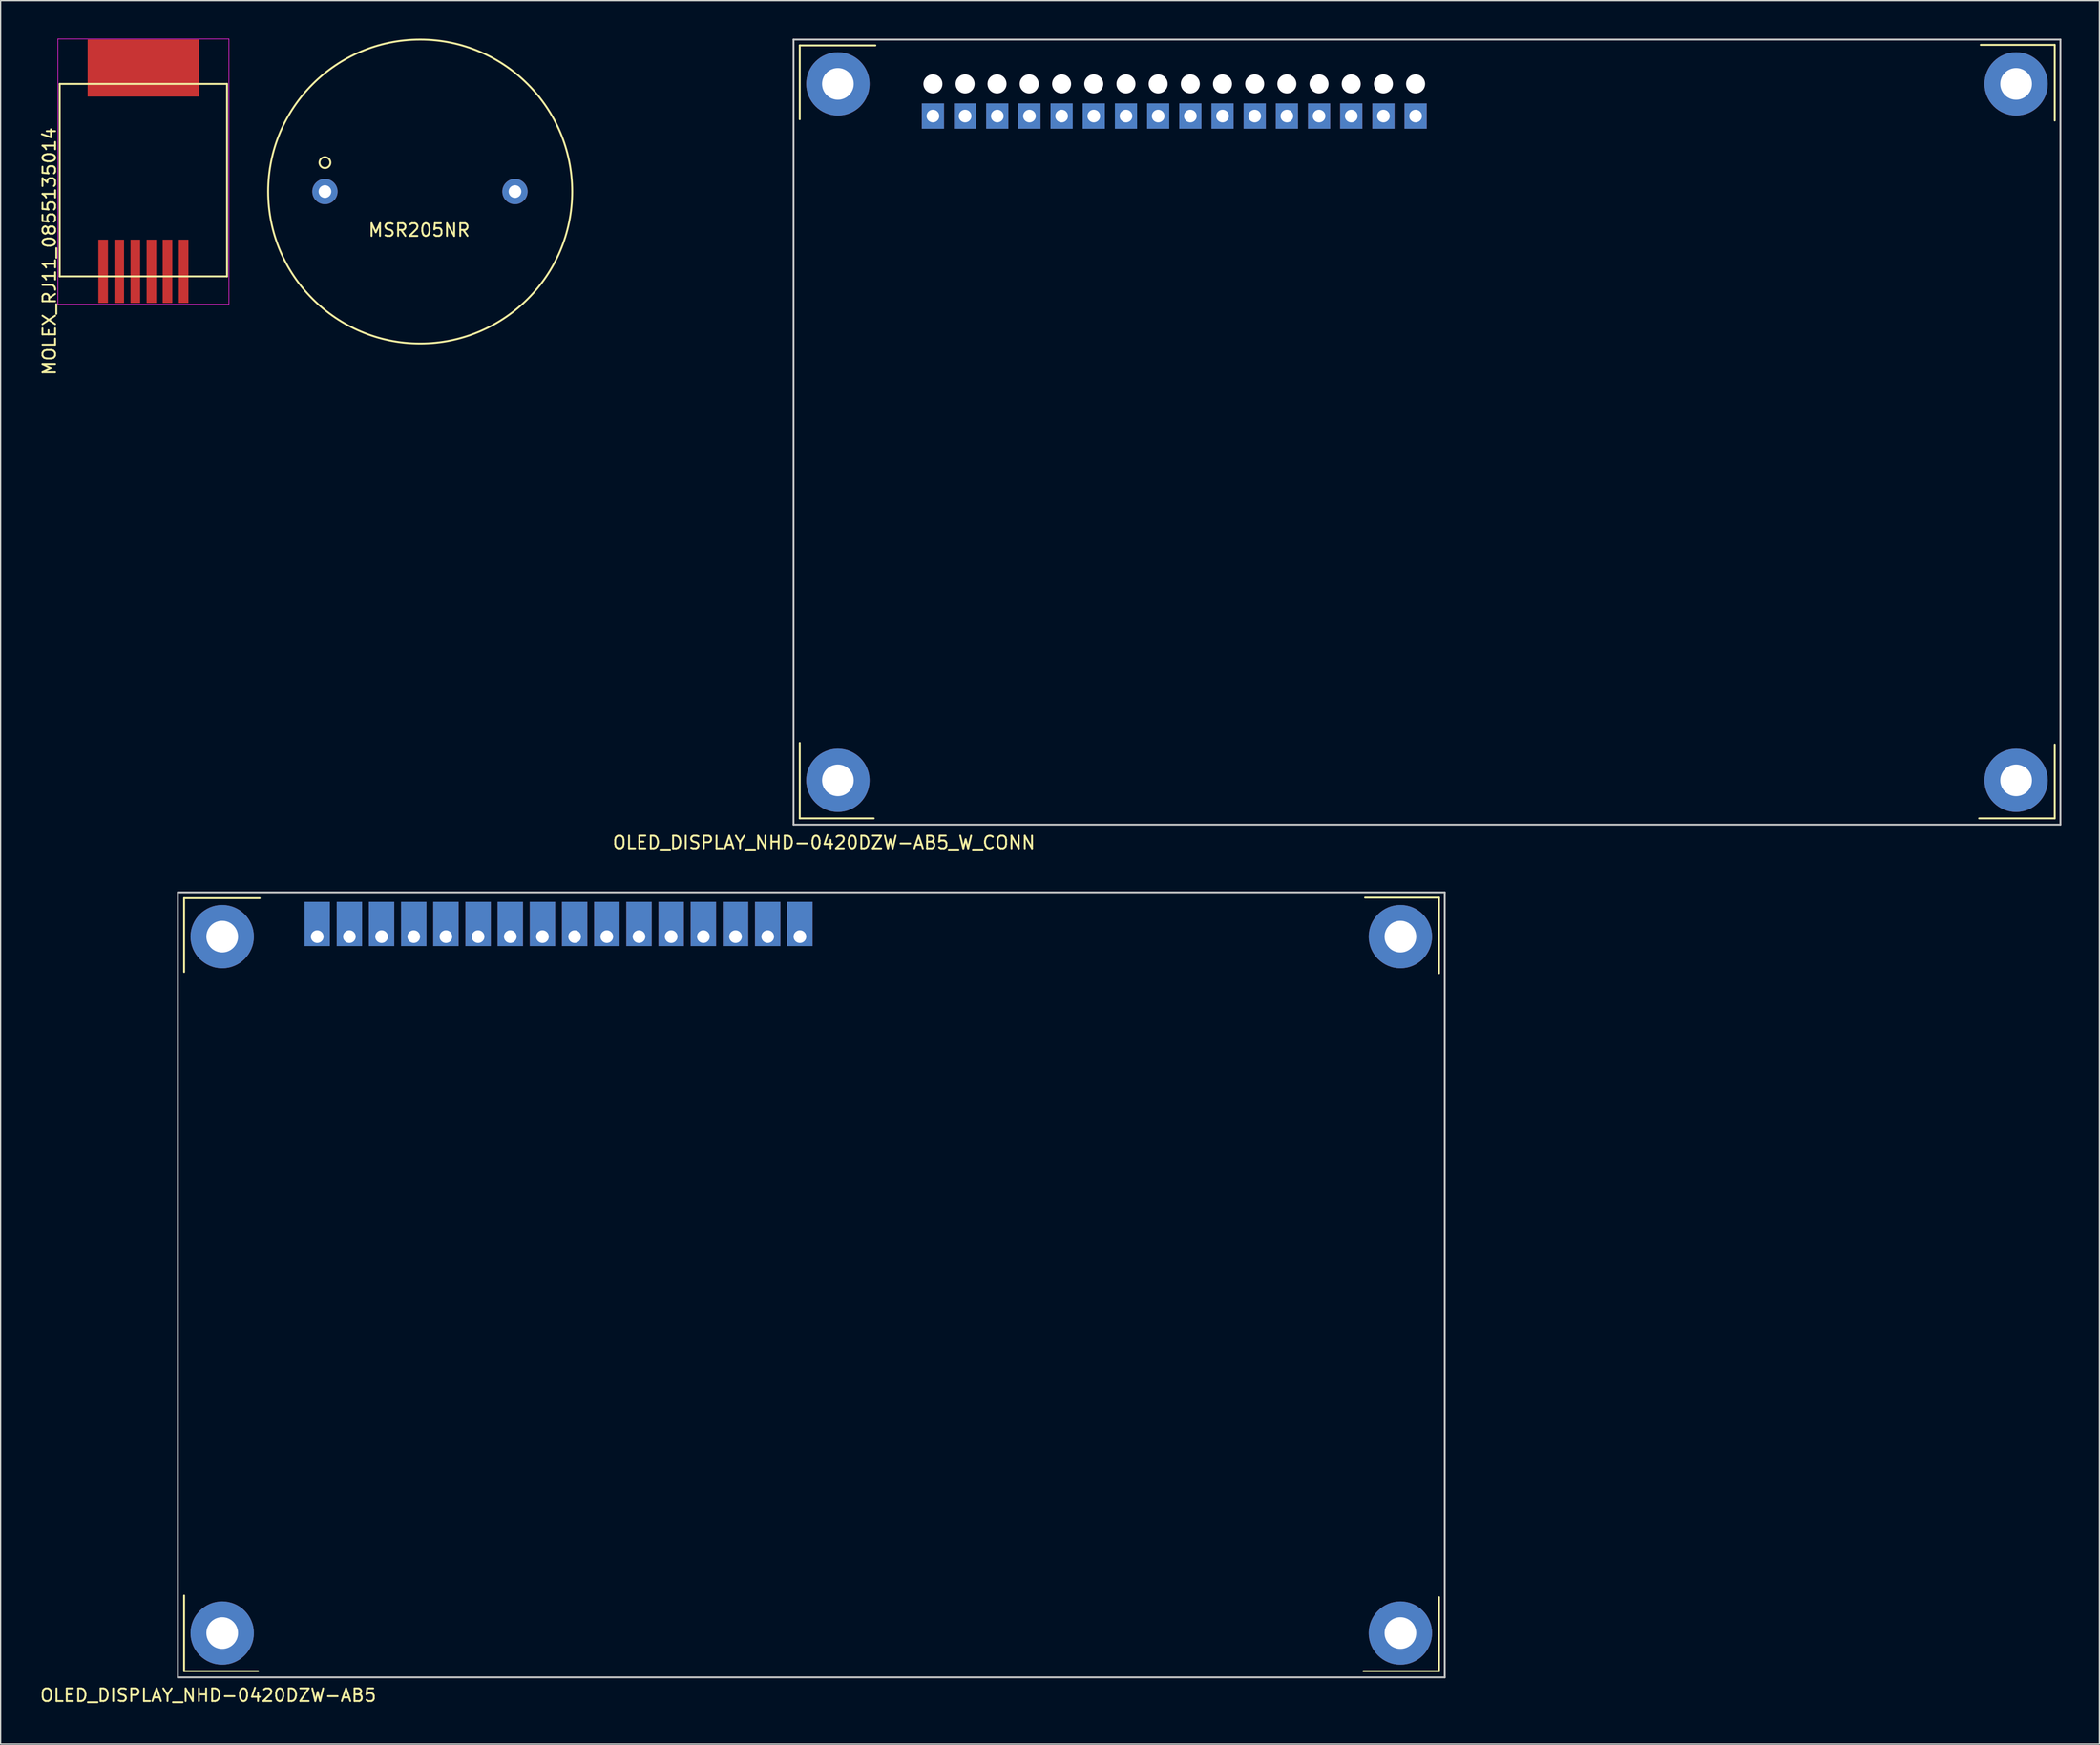
<source format=kicad_pcb>
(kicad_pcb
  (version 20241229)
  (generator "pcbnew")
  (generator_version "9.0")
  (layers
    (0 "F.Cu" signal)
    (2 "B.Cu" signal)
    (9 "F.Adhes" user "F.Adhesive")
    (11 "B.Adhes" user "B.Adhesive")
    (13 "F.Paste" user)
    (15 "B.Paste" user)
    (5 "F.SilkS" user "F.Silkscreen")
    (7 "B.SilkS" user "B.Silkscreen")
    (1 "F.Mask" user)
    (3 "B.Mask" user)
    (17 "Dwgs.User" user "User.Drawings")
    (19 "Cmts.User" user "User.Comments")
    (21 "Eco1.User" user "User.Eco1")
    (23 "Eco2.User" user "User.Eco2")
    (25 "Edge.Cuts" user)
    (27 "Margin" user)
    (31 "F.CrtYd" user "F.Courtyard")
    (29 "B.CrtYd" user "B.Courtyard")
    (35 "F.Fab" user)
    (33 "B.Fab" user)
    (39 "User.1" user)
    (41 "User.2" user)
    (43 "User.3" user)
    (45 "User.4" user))
  (footprint "MSR205NR"
    (layer "F.Cu")
    (at 30.118 12.075)
    (property "Reference" "MSR205NR" (at -0.076 3.048 0) (layer "F.SilkS") (effects (font (size 1 1) (thickness 0.15))))
    (attr through_hole)
    (fp_circle (center -7.518 -2.286) (end -7.087 -2.286) (stroke (width 0.15) (type solid)) (fill no) (layer "F.SilkS"))
    (fp_circle (center 0 0) (end 12 0) (stroke (width 0.15) (type solid)) (fill no) (layer "F.SilkS"))
    (pad "1" thru_hole circle (at -7.518 0) (size 2 2) (drill 1) (layers "*.Cu" "*.Mask"))
    (pad "2" thru_hole circle (at 7.482 0) (size 2 2) (drill 1) (layers "*.Cu" "*.Mask")))
  (footprint "OLED_DISPLAY_NHD-0420DZW-AB5"
    (layer "F.Cu")
    (at 60.758 98.312)
    (property "Reference" "OLED_DISPLAY_NHD-0420DZW-AB5" (at -47.371 32.512 0) (layer "F.SilkS") (effects (font (size 1 1) (thickness 0.15))))
    (attr through_hole)
    (fp_line (start -49.276 -30.439) (end -43.307 -30.439) (stroke (width 0.15) (type solid)) (layer "F.SilkS"))
    (fp_line (start -49.276 -24.608) (end -49.276 -30.44) (stroke (width 0.15) (type solid)) (layer "F.SilkS"))
    (fp_line (start -49.276 30.607) (end -49.276 24.638) (stroke (width 0.15) (type solid)) (layer "F.SilkS"))
    (fp_line (start -43.434 30.607) (end -49.276 30.607) (stroke (width 0.15) (type solid)) (layer "F.SilkS"))
    (fp_line (start 43.942 -30.48) (end 49.784 -30.48) (stroke (width 0.15) (type solid)) (layer "F.SilkS"))
    (fp_line (start 49.784 -30.48) (end 49.784 -24.511) (stroke (width 0.15) (type solid)) (layer "F.SilkS"))
    (fp_line (start 49.784 24.765) (end 49.784 30.607) (stroke (width 0.15) (type solid)) (layer "F.SilkS"))
    (fp_line (start 49.784 30.607) (end 43.815 30.607) (stroke (width 0.15) (type solid)) (layer "F.SilkS"))
    (fp_line (start -49.769 -30.901) (end 50.232 -30.901) (stroke (width 0.15) (type solid)) (layer "Dwgs.User"))
    (fp_line (start -49.769 31.099) (end 50.231 31.099) (stroke (width 0.15) (type solid)) (layer "Dwgs.User"))
    (fp_line (start -49.768 31.1) (end -49.768 -30.901) (stroke (width 0.15) (type solid)) (layer "Dwgs.User"))
    (fp_line (start 50.232 31.1) (end 50.232 -30.901) (stroke (width 0.15) (type solid)) (layer "Dwgs.User"))
    (pad "" thru_hole circle (at -46.268 -27.401) (size 5 5) (drill 2.5) (layers "*.Cu" "*.Mask"))
    (pad "" thru_hole circle (at -46.268 27.599) (size 5 5) (drill 2.5) (layers "*.Cu" "*.Mask"))
    (pad "" thru_hole circle (at 46.732 -27.401) (size 5 5) (drill 2.5) (layers "*.Cu" "*.Mask"))
    (pad "" thru_hole circle (at 46.732 27.599) (size 5 5) (drill 2.5) (layers "*.Cu" "*.Mask"))
    (pad "1" thru_hole rect (at -38.768 -27.401) (size 2 3.5) (drill 1 (offset 0 -1)) (layers "*.Cu" "*.Mask"))
    (pad "2" thru_hole rect (at -36.228 -27.401) (size 2 3.5) (drill 1 (offset 0 -1)) (layers "*.Cu" "*.Mask"))
    (pad "3" thru_hole rect (at -33.688 -27.401) (size 2 3.5) (drill 1 (offset 0 -1)) (layers "*.Cu" "*.Mask"))
    (pad "4" thru_hole rect (at -31.148 -27.401) (size 2 3.5) (drill 1 (offset 0 -1)) (layers "*.Cu" "*.Mask"))
    (pad "5" thru_hole rect (at -28.608 -27.401) (size 2 3.5) (drill 1 (offset 0 -1)) (layers "*.Cu" "*.Mask"))
    (pad "6" thru_hole rect (at -26.068 -27.401) (size 2 3.5) (drill 1 (offset 0 -1)) (layers "*.Cu" "*.Mask"))
    (pad "7" thru_hole rect (at -23.528 -27.401) (size 2 3.5) (drill 1 (offset 0 -1)) (layers "*.Cu" "*.Mask"))
    (pad "8" thru_hole rect (at -20.988 -27.401) (size 2 3.5) (drill 1 (offset 0 -1)) (layers "*.Cu" "*.Mask"))
    (pad "9" thru_hole rect (at -18.448 -27.401) (size 2 3.5) (drill 1 (offset 0 -1)) (layers "*.Cu" "*.Mask"))
    (pad "10" thru_hole rect (at -15.908 -27.401) (size 2 3.5) (drill 1 (offset 0 -1)) (layers "*.Cu" "*.Mask"))
    (pad "11" thru_hole rect (at -13.368 -27.401) (size 2 3.5) (drill 1 (offset 0 -1)) (layers "*.Cu" "*.Mask"))
    (pad "12" thru_hole rect (at -10.828 -27.401) (size 2 3.5) (drill 1 (offset 0 -1)) (layers "*.Cu" "*.Mask"))
    (pad "13" thru_hole rect (at -8.288 -27.401) (size 2 3.5) (drill 1 (offset 0 -1)) (layers "*.Cu" "*.Mask"))
    (pad "14" thru_hole rect (at -5.748 -27.401) (size 2 3.5) (drill 1 (offset 0 -1)) (layers "*.Cu" "*.Mask"))
    (pad "15" thru_hole rect (at -3.208 -27.401) (size 2 3.5) (drill 1 (offset 0 -1)) (layers "*.Cu" "*.Mask"))
    (pad "16" thru_hole rect (at -0.668 -27.401) (size 2 3.5) (drill 1 (offset 0 -1)) (layers "*.Cu" "*.Mask")))
  (footprint "MOLEX_RJ11_0855135014"
    (layer "F.Cu")
    (at 8.268 18.375)
    (property "Reference" "MOLEX_RJ11_0855135014" (at -7.42 -1.57 90) (layer "F.SilkS") (effects (font (size 1 1) (thickness 0.15))))
    (attr smd)
    (fp_line (start -6.605 -14.8) (end -6.605 0.4) (stroke (width 0.15) (type solid)) (layer "F.SilkS"))
    (fp_line (start -6.605 -14.8) (end 6.605 -14.8) (stroke (width 0.15) (type solid)) (layer "F.SilkS"))
    (fp_line (start -6.605 0.4) (end 6.605 0.4) (stroke (width 0.15) (type solid)) (layer "F.SilkS"))
    (fp_line (start 6.605 -14.8) (end 6.605 0.4) (stroke (width 0.15) (type solid)) (layer "F.SilkS"))
    (fp_line (start -6.75 -18.35) (end -6.75 2.6) (stroke (width 0.05) (type solid)) (layer "F.CrtYd"))
    (fp_line (start -6.75 -18.35) (end 6.75 -18.35) (stroke (width 0.05) (type solid)) (layer "F.CrtYd"))
    (fp_line (start -6.75 2.6) (end 6.75 2.6) (stroke (width 0.05) (type solid)) (layer "F.CrtYd"))
    (fp_line (start 6.75 -18.35) (end 6.75 2.6) (stroke (width 0.05) (type solid)) (layer "F.CrtYd"))
    (pad "1" smd rect (at -3.175 0) (size 0.76 5) (layers "F.Cu" "F.Mask" "F.Paste"))
    (pad "2" smd rect (at -1.905 0) (size 0.76 5) (layers "F.Cu" "F.Mask" "F.Paste"))
    (pad "3" smd rect (at -0.635 0) (size 0.76 5) (layers "F.Cu" "F.Mask" "F.Paste"))
    (pad "4" smd rect (at 0.635 0) (size 0.76 5) (layers "F.Cu" "F.Mask" "F.Paste"))
    (pad "5" smd rect (at 1.905 0) (size 0.76 5) (layers "F.Cu" "F.Mask" "F.Paste"))
    (pad "6" smd rect (at 3.175 0) (size 0.76 5) (layers "F.Cu" "F.Mask" "F.Paste"))
    (pad "~" smd rect (at 0 -16.05) (size 8.8 4.5) (layers "F.Cu" "F.Mask" "F.Paste")))
  (footprint "OLED_DISPLAY_NHD-0420DZW-AB5_W_CONN"
    (layer "F.Cu")
    (at 109.592 31.372)
    (property "Reference" "OLED_DISPLAY_NHD-0420DZW-AB5_W_CONN" (at -47.607 32.116 0) (layer "F.SilkS") (effects (font (size 1 1) (thickness 0.15))))
    (attr through_hole)
    (fp_line (start -49.512 -30.836) (end -43.543 -30.836) (stroke (width 0.15) (type solid)) (layer "F.SilkS"))
    (fp_line (start -49.512 -25.004) (end -49.512 -30.837) (stroke (width 0.15) (type solid)) (layer "F.SilkS"))
    (fp_line (start -49.512 30.211) (end -49.512 24.242) (stroke (width 0.15) (type solid)) (layer "F.SilkS"))
    (fp_line (start -43.67 30.211) (end -49.512 30.211) (stroke (width 0.15) (type solid)) (layer "F.SilkS"))
    (fp_line (start 43.706 -30.876) (end 49.548 -30.876) (stroke (width 0.15) (type solid)) (layer "F.SilkS"))
    (fp_line (start 49.548 -30.876) (end 49.548 -24.907) (stroke (width 0.15) (type solid)) (layer "F.SilkS"))
    (fp_line (start 49.548 24.369) (end 49.548 30.211) (stroke (width 0.15) (type solid)) (layer "F.SilkS"))
    (fp_line (start 49.548 30.211) (end 43.579 30.211) (stroke (width 0.15) (type solid)) (layer "F.SilkS"))
    (fp_line (start -50.005 -31.297) (end 49.996 -31.297) (stroke (width 0.15) (type solid)) (layer "Dwgs.User"))
    (fp_line (start -50.005 30.703) (end 49.995 30.703) (stroke (width 0.15) (type solid)) (layer "Dwgs.User"))
    (fp_line (start -50.004 30.704) (end -50.004 -31.297) (stroke (width 0.15) (type solid)) (layer "Dwgs.User"))
    (fp_line (start 49.996 30.704) (end 49.996 -31.297) (stroke (width 0.15) (type solid)) (layer "Dwgs.User"))
    (pad "" thru_hole circle (at -46.502 -27.799) (size 5 5) (drill 2.5) (layers "*.Cu" "*.Mask"))
    (pad "" thru_hole circle (at -46.502 27.201) (size 5 5) (drill 2.5) (layers "*.Cu" "*.Mask"))
    (pad "" np_thru_hole circle (at -39.002 -27.799) (size 1.5 1.5) (drill 1.5) (layers "*.Cu" "*.Mask"))
    (pad "" np_thru_hole circle (at -36.462 -27.799) (size 1.5 1.5) (drill 1.5) (layers "*.Cu" "*.Mask"))
    (pad "" np_thru_hole circle (at -33.942 -27.799) (size 1.5 1.5) (drill 1.5) (layers "*.Cu" "*.Mask"))
    (pad "" np_thru_hole circle (at -31.402 -27.799) (size 1.5 1.5) (drill 1.5) (layers "*.Cu" "*.Mask"))
    (pad "" np_thru_hole circle (at -28.844 -27.799) (size 1.5 1.5) (drill 1.5) (layers "*.Cu" "*.Mask"))
    (pad "" np_thru_hole circle (at -26.304 -27.799) (size 1.5 1.5) (drill 1.5) (layers "*.Cu" "*.Mask"))
    (pad "" np_thru_hole circle (at -23.764 -27.799) (size 1.5 1.5) (drill 1.5) (layers "*.Cu" "*.Mask"))
    (pad "" np_thru_hole circle (at -21.224 -27.799) (size 1.5 1.5) (drill 1.5) (layers "*.Cu" "*.Mask"))
    (pad "" np_thru_hole circle (at -18.684 -27.799) (size 1.5 1.5) (drill 1.5) (layers "*.Cu" "*.Mask"))
    (pad "" np_thru_hole circle (at -16.144 -27.799) (size 1.5 1.5) (drill 1.5) (layers "*.Cu" "*.Mask"))
    (pad "" np_thru_hole circle (at -13.604 -27.799) (size 1.5 1.5) (drill 1.5) (layers "*.Cu" "*.Mask"))
    (pad "" np_thru_hole circle (at -11.064 -27.799) (size 1.5 1.5) (drill 1.5) (layers "*.Cu" "*.Mask"))
    (pad "" np_thru_hole circle (at -8.524 -27.799) (size 1.5 1.5) (drill 1.5) (layers "*.Cu" "*.Mask"))
    (pad "" np_thru_hole circle (at -5.984 -27.799) (size 1.5 1.5) (drill 1.5) (layers "*.Cu" "*.Mask"))
    (pad "" np_thru_hole circle (at -3.444 -27.799) (size 1.5 1.5) (drill 1.5) (layers "*.Cu" "*.Mask"))
    (pad "" np_thru_hole circle (at -0.904 -27.799) (size 1.5 1.5) (drill 1.5) (layers "*.Cu" "*.Mask"))
    (pad "" thru_hole circle (at 46.498 -27.799) (size 5 5) (drill 2.5) (layers "*.Cu" "*.Mask"))
    (pad "" thru_hole circle (at 46.498 27.201) (size 5 5) (drill 2.5) (layers "*.Cu" "*.Mask"))
    (pad "1" thru_hole rect (at -39.002 -25.259) (size 1.75 2) (drill 1) (layers "*.Cu" "*.Mask"))
    (pad "2" thru_hole rect (at -36.462 -25.259) (size 1.75 2) (drill 1) (layers "*.Cu" "*.Mask"))
    (pad "3" thru_hole rect (at -33.922 -25.259) (size 1.75 2) (drill 1) (layers "*.Cu" "*.Mask"))
    (pad "4" thru_hole rect (at -31.382 -25.259) (size 1.75 2) (drill 1) (layers "*.Cu" "*.Mask"))
    (pad "5" thru_hole rect (at -28.842 -25.259) (size 1.75 2) (drill 1) (layers "*.Cu" "*.Mask"))
    (pad "6" thru_hole rect (at -26.302 -25.259) (size 1.75 2) (drill 1) (layers "*.Cu" "*.Mask"))
    (pad "7" thru_hole rect (at -23.762 -25.259) (size 1.75 2) (drill 1) (layers "*.Cu" "*.Mask"))
    (pad "8" thru_hole rect (at -21.222 -25.259) (size 1.75 2) (drill 1) (layers "*.Cu" "*.Mask"))
    (pad "9" thru_hole rect (at -18.682 -25.259) (size 1.75 2) (drill 1) (layers "*.Cu" "*.Mask"))
    (pad "10" thru_hole rect (at -16.142 -25.259) (size 1.75 2) (drill 1) (layers "*.Cu" "*.Mask"))
    (pad "11" thru_hole rect (at -13.602 -25.259) (size 1.75 2) (drill 1) (layers "*.Cu" "*.Mask"))
    (pad "12" thru_hole rect (at -11.062 -25.259) (size 1.75 2) (drill 1) (layers "*.Cu" "*.Mask"))
    (pad "13" thru_hole rect (at -8.522 -25.259) (size 1.75 2) (drill 1) (layers "*.Cu" "*.Mask"))
    (pad "14" thru_hole rect (at -5.982 -25.259) (size 1.75 2) (drill 1) (layers "*.Cu" "*.Mask"))
    (pad "15" thru_hole rect (at -3.442 -25.259) (size 1.75 2) (drill 1) (layers "*.Cu" "*.Mask"))
    (pad "16" thru_hole rect (at -0.902 -25.259) (size 1.75 2) (drill 1) (layers "*.Cu" "*.Mask")))
  (gr_rect
    (start -3 -3)
    (end 162.663 134.673)
    (stroke (width 0.1) (type default))
    (fill no)
    (layer "Edge.Cuts")))
</source>
